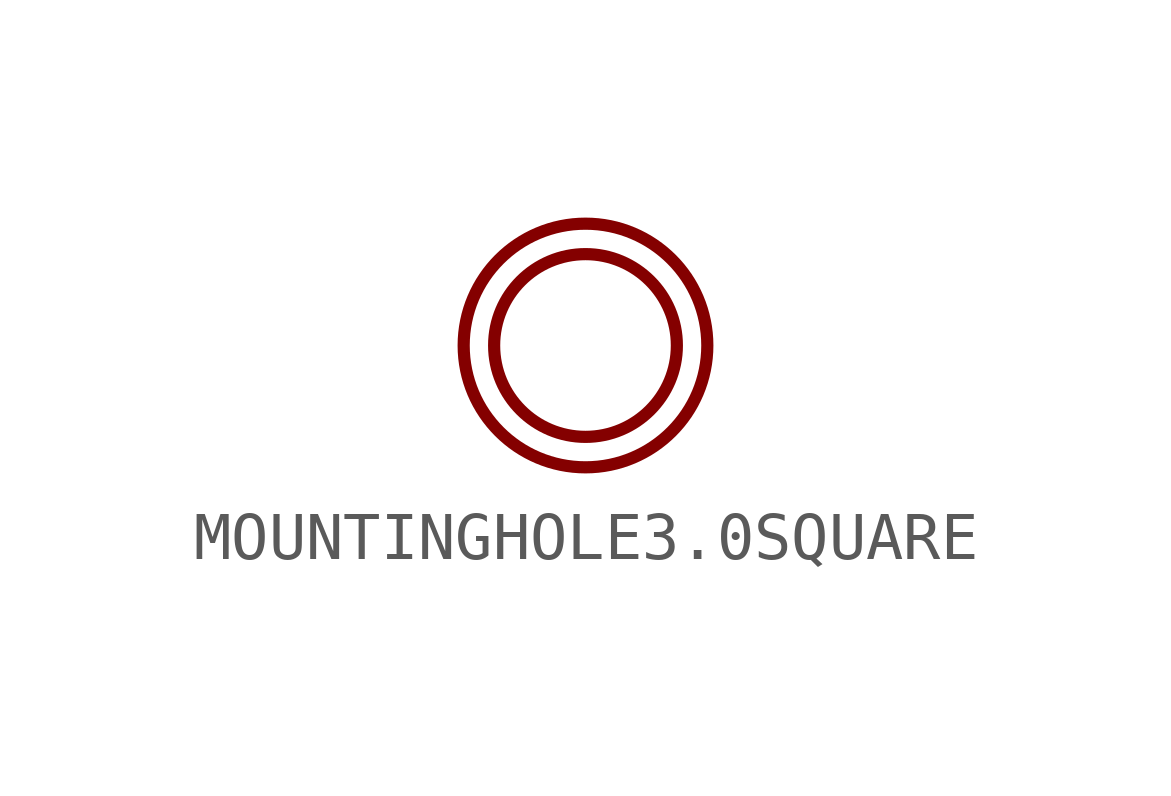
<source format=kicad_sym>
(kicad_symbol_lib
  (version 20211014)
  (generator kicad_symbol_editor)
  (symbol "MOUNTINGHOLE3.0SQUARE"
    (property "Reference" ""
      (at 0 0 0)
      (effects (font (size 1.27 1.27)) hide))
    (property "ki_locked" ""
      (at 0 0 0)
      (effects (font (size 1.27 1.27))))
    (symbol "MOUNTINGHOLE3.0SQUARE_1_0"
      (circle (center 0 0) (radius 1.905) (stroke (width 0.254) (type default) (color 0 0 0 0)) (fill (type none)))
      (circle (center 0 0) (radius 2.54) (stroke (width 0.254) (type default) (color 0 0 0 0)) (fill (type none))))))
</source>
